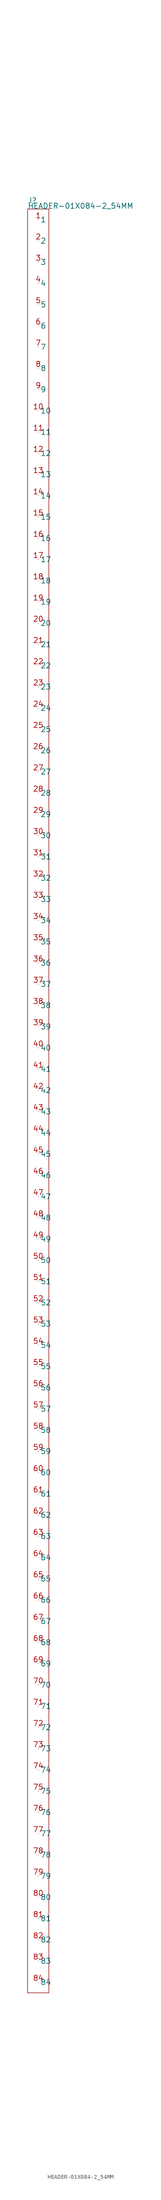
<source format=kicad_sym>
(kicad_symbol_lib
  (version 20211014)
  (generator kicad_symbol_editor)
  (symbol "HEADER-01X084-2_54MM"
    (pin_names)
    (property "Reference" "J"
      (at -2.54 214.63 0)
      (effects (font (size 1.27 1.27)) (justify left bottom)))
    (property "Value" "HEADER-01X084-2_54MM"
      (at -2.54 213.36 0)
      (effects (font (size 1.27 1.27)) (justify left bottom)))
    (property "Datasheet" ""
      (at 0 0 0))
    (property "ki_description" "Header 1x84  - Header Vertical 84POS 2.54MM Technical Specifications: Pitch: 0.1\" (2.54mm) "
      (at 0 0 0))
    (property "ki_fp_filters" "FlashPCB_Connectors:HEADER-THT-01X084-2_54MM FlashPCB_Connectors:HEADER-THT-LONG-01X084-2_54MM FlashPCB_Connectors:HEADER-THT-NOSILK-01X084-2_54MM FlashPCB_Connectors:HEADER-THT-LONG-NOSILK-01X084-2_54MM"
      (at 0 0 0))
    (symbol "HEADER-01X084-2_54MM_1_1"
      (polyline (pts (xy -2.54 213.36) (xy 2.54 213.36)) (stroke (width 0.127)) (fill (type none)))
      (polyline (pts (xy 2.54 213.36) (xy 2.54 -213.36)) (stroke (width 0.127)) (fill (type none)))
      (polyline (pts (xy 2.54 -213.36) (xy -2.54 -213.36)) (stroke (width 0.127)) (fill (type none)))
      (polyline (pts (xy -2.54 -213.36) (xy -2.54 213.36)) (stroke (width 0.127)) (fill (type none)))
      (pin bidirectional line (at 0 210.82 0) (length 0) (name "1" (effects (font (size 1.27 1.27)))) (number "1" (effects (font (size 1.27 1.27)))))
      (pin bidirectional line (at 0 205.74 0) (length 0) (name "2" (effects (font (size 1.27 1.27)))) (number "2" (effects (font (size 1.27 1.27)))))
      (pin bidirectional line (at 0 200.66 0) (length 0) (name "3" (effects (font (size 1.27 1.27)))) (number "3" (effects (font (size 1.27 1.27)))))
      (pin bidirectional line (at 0 195.58 0) (length 0) (name "4" (effects (font (size 1.27 1.27)))) (number "4" (effects (font (size 1.27 1.27)))))
      (pin bidirectional line (at 0 190.5 0) (length 0) (name "5" (effects (font (size 1.27 1.27)))) (number "5" (effects (font (size 1.27 1.27)))))
      (pin bidirectional line (at 0 185.42 0) (length 0) (name "6" (effects (font (size 1.27 1.27)))) (number "6" (effects (font (size 1.27 1.27)))))
      (pin bidirectional line (at 0 180.34 0) (length 0) (name "7" (effects (font (size 1.27 1.27)))) (number "7" (effects (font (size 1.27 1.27)))))
      (pin bidirectional line (at 0 175.26 0) (length 0) (name "8" (effects (font (size 1.27 1.27)))) (number "8" (effects (font (size 1.27 1.27)))))
      (pin bidirectional line (at 0 170.18 0) (length 0) (name "9" (effects (font (size 1.27 1.27)))) (number "9" (effects (font (size 1.27 1.27)))))
      (pin bidirectional line (at 0 165.1 0) (length 0) (name "10" (effects (font (size 1.27 1.27)))) (number "10" (effects (font (size 1.27 1.27)))))
      (pin bidirectional line (at 0 160.02 0) (length 0) (name "11" (effects (font (size 1.27 1.27)))) (number "11" (effects (font (size 1.27 1.27)))))
      (pin bidirectional line (at 0 154.94 0) (length 0) (name "12" (effects (font (size 1.27 1.27)))) (number "12" (effects (font (size 1.27 1.27)))))
      (pin bidirectional line (at 0 149.86 0) (length 0) (name "13" (effects (font (size 1.27 1.27)))) (number "13" (effects (font (size 1.27 1.27)))))
      (pin bidirectional line (at 0 144.78 0) (length 0) (name "14" (effects (font (size 1.27 1.27)))) (number "14" (effects (font (size 1.27 1.27)))))
      (pin bidirectional line (at 0 139.7 0) (length 0) (name "15" (effects (font (size 1.27 1.27)))) (number "15" (effects (font (size 1.27 1.27)))))
      (pin bidirectional line (at 0 134.62 0) (length 0) (name "16" (effects (font (size 1.27 1.27)))) (number "16" (effects (font (size 1.27 1.27)))))
      (pin bidirectional line (at 0 129.54 0) (length 0) (name "17" (effects (font (size 1.27 1.27)))) (number "17" (effects (font (size 1.27 1.27)))))
      (pin bidirectional line (at 0 124.46 0) (length 0) (name "18" (effects (font (size 1.27 1.27)))) (number "18" (effects (font (size 1.27 1.27)))))
      (pin bidirectional line (at 0 119.38 0) (length 0) (name "19" (effects (font (size 1.27 1.27)))) (number "19" (effects (font (size 1.27 1.27)))))
      (pin bidirectional line (at 0 114.3 0) (length 0) (name "20" (effects (font (size 1.27 1.27)))) (number "20" (effects (font (size 1.27 1.27)))))
      (pin bidirectional line (at 0 109.22 0) (length 0) (name "21" (effects (font (size 1.27 1.27)))) (number "21" (effects (font (size 1.27 1.27)))))
      (pin bidirectional line (at 0 104.14 0) (length 0) (name "22" (effects (font (size 1.27 1.27)))) (number "22" (effects (font (size 1.27 1.27)))))
      (pin bidirectional line (at 0 99.06 0) (length 0) (name "23" (effects (font (size 1.27 1.27)))) (number "23" (effects (font (size 1.27 1.27)))))
      (pin bidirectional line (at 0 93.98 0) (length 0) (name "24" (effects (font (size 1.27 1.27)))) (number "24" (effects (font (size 1.27 1.27)))))
      (pin bidirectional line (at 0 88.9 0) (length 0) (name "25" (effects (font (size 1.27 1.27)))) (number "25" (effects (font (size 1.27 1.27)))))
      (pin bidirectional line (at 0 83.82 0) (length 0) (name "26" (effects (font (size 1.27 1.27)))) (number "26" (effects (font (size 1.27 1.27)))))
      (pin bidirectional line (at 0 78.74 0) (length 0) (name "27" (effects (font (size 1.27 1.27)))) (number "27" (effects (font (size 1.27 1.27)))))
      (pin bidirectional line (at 0 73.66 0) (length 0) (name "28" (effects (font (size 1.27 1.27)))) (number "28" (effects (font (size 1.27 1.27)))))
      (pin bidirectional line (at 0 68.58 0) (length 0) (name "29" (effects (font (size 1.27 1.27)))) (number "29" (effects (font (size 1.27 1.27)))))
      (pin bidirectional line (at 0 63.5 0) (length 0) (name "30" (effects (font (size 1.27 1.27)))) (number "30" (effects (font (size 1.27 1.27)))))
      (pin bidirectional line (at 0 58.42 0) (length 0) (name "31" (effects (font (size 1.27 1.27)))) (number "31" (effects (font (size 1.27 1.27)))))
      (pin bidirectional line (at 0 53.34 0) (length 0) (name "32" (effects (font (size 1.27 1.27)))) (number "32" (effects (font (size 1.27 1.27)))))
      (pin bidirectional line (at 0 48.26 0) (length 0) (name "33" (effects (font (size 1.27 1.27)))) (number "33" (effects (font (size 1.27 1.27)))))
      (pin bidirectional line (at 0 43.18 0) (length 0) (name "34" (effects (font (size 1.27 1.27)))) (number "34" (effects (font (size 1.27 1.27)))))
      (pin bidirectional line (at 0 38.1 0) (length 0) (name "35" (effects (font (size 1.27 1.27)))) (number "35" (effects (font (size 1.27 1.27)))))
      (pin bidirectional line (at 0 33.02 0) (length 0) (name "36" (effects (font (size 1.27 1.27)))) (number "36" (effects (font (size 1.27 1.27)))))
      (pin bidirectional line (at 0 27.94 0) (length 0) (name "37" (effects (font (size 1.27 1.27)))) (number "37" (effects (font (size 1.27 1.27)))))
      (pin bidirectional line (at 0 22.86 0) (length 0) (name "38" (effects (font (size 1.27 1.27)))) (number "38" (effects (font (size 1.27 1.27)))))
      (pin bidirectional line (at 0 17.78 0) (length 0) (name "39" (effects (font (size 1.27 1.27)))) (number "39" (effects (font (size 1.27 1.27)))))
      (pin bidirectional line (at 0 12.7 0) (length 0) (name "40" (effects (font (size 1.27 1.27)))) (number "40" (effects (font (size 1.27 1.27)))))
      (pin bidirectional line (at 0 7.62 0) (length 0) (name "41" (effects (font (size 1.27 1.27)))) (number "41" (effects (font (size 1.27 1.27)))))
      (pin bidirectional line (at 0 2.54 0) (length 0) (name "42" (effects (font (size 1.27 1.27)))) (number "42" (effects (font (size 1.27 1.27)))))
      (pin bidirectional line (at 0 -2.54 0) (length 0) (name "43" (effects (font (size 1.27 1.27)))) (number "43" (effects (font (size 1.27 1.27)))))
      (pin bidirectional line (at 0 -7.62 0) (length 0) (name "44" (effects (font (size 1.27 1.27)))) (number "44" (effects (font (size 1.27 1.27)))))
      (pin bidirectional line (at 0 -12.7 0) (length 0) (name "45" (effects (font (size 1.27 1.27)))) (number "45" (effects (font (size 1.27 1.27)))))
      (pin bidirectional line (at 0 -17.78 0) (length 0) (name "46" (effects (font (size 1.27 1.27)))) (number "46" (effects (font (size 1.27 1.27)))))
      (pin bidirectional line (at 0 -22.86 0) (length 0) (name "47" (effects (font (size 1.27 1.27)))) (number "47" (effects (font (size 1.27 1.27)))))
      (pin bidirectional line (at 0 -27.94 0) (length 0) (name "48" (effects (font (size 1.27 1.27)))) (number "48" (effects (font (size 1.27 1.27)))))
      (pin bidirectional line (at 0 -33.02 0) (length 0) (name "49" (effects (font (size 1.27 1.27)))) (number "49" (effects (font (size 1.27 1.27)))))
      (pin bidirectional line (at 0 -38.1 0) (length 0) (name "50" (effects (font (size 1.27 1.27)))) (number "50" (effects (font (size 1.27 1.27)))))
      (pin bidirectional line (at 0 -43.18 0) (length 0) (name "51" (effects (font (size 1.27 1.27)))) (number "51" (effects (font (size 1.27 1.27)))))
      (pin bidirectional line (at 0 -48.26 0) (length 0) (name "52" (effects (font (size 1.27 1.27)))) (number "52" (effects (font (size 1.27 1.27)))))
      (pin bidirectional line (at 0 -53.34 0) (length 0) (name "53" (effects (font (size 1.27 1.27)))) (number "53" (effects (font (size 1.27 1.27)))))
      (pin bidirectional line (at 0 -58.42 0) (length 0) (name "54" (effects (font (size 1.27 1.27)))) (number "54" (effects (font (size 1.27 1.27)))))
      (pin bidirectional line (at 0 -63.5 0) (length 0) (name "55" (effects (font (size 1.27 1.27)))) (number "55" (effects (font (size 1.27 1.27)))))
      (pin bidirectional line (at 0 -68.58 0) (length 0) (name "56" (effects (font (size 1.27 1.27)))) (number "56" (effects (font (size 1.27 1.27)))))
      (pin bidirectional line (at 0 -73.66 0) (length 0) (name "57" (effects (font (size 1.27 1.27)))) (number "57" (effects (font (size 1.27 1.27)))))
      (pin bidirectional line (at 0 -78.74 0) (length 0) (name "58" (effects (font (size 1.27 1.27)))) (number "58" (effects (font (size 1.27 1.27)))))
      (pin bidirectional line (at 0 -83.82 0) (length 0) (name "59" (effects (font (size 1.27 1.27)))) (number "59" (effects (font (size 1.27 1.27)))))
      (pin bidirectional line (at 0 -88.9 0) (length 0) (name "60" (effects (font (size 1.27 1.27)))) (number "60" (effects (font (size 1.27 1.27)))))
      (pin bidirectional line (at 0 -93.98 0) (length 0) (name "61" (effects (font (size 1.27 1.27)))) (number "61" (effects (font (size 1.27 1.27)))))
      (pin bidirectional line (at 0 -99.06 0) (length 0) (name "62" (effects (font (size 1.27 1.27)))) (number "62" (effects (font (size 1.27 1.27)))))
      (pin bidirectional line (at 0 -104.14 0) (length 0) (name "63" (effects (font (size 1.27 1.27)))) (number "63" (effects (font (size 1.27 1.27)))))
      (pin bidirectional line (at 0 -109.22 0) (length 0) (name "64" (effects (font (size 1.27 1.27)))) (number "64" (effects (font (size 1.27 1.27)))))
      (pin bidirectional line (at 0 -114.3 0) (length 0) (name "65" (effects (font (size 1.27 1.27)))) (number "65" (effects (font (size 1.27 1.27)))))
      (pin bidirectional line (at 0 -119.38 0) (length 0) (name "66" (effects (font (size 1.27 1.27)))) (number "66" (effects (font (size 1.27 1.27)))))
      (pin bidirectional line (at 0 -124.46 0) (length 0) (name "67" (effects (font (size 1.27 1.27)))) (number "67" (effects (font (size 1.27 1.27)))))
      (pin bidirectional line (at 0 -129.54 0) (length 0) (name "68" (effects (font (size 1.27 1.27)))) (number "68" (effects (font (size 1.27 1.27)))))
      (pin bidirectional line (at 0 -134.62 0) (length 0) (name "69" (effects (font (size 1.27 1.27)))) (number "69" (effects (font (size 1.27 1.27)))))
      (pin bidirectional line (at 0 -139.7 0) (length 0) (name "70" (effects (font (size 1.27 1.27)))) (number "70" (effects (font (size 1.27 1.27)))))
      (pin bidirectional line (at 0 -144.78 0) (length 0) (name "71" (effects (font (size 1.27 1.27)))) (number "71" (effects (font (size 1.27 1.27)))))
      (pin bidirectional line (at 0 -149.86 0) (length 0) (name "72" (effects (font (size 1.27 1.27)))) (number "72" (effects (font (size 1.27 1.27)))))
      (pin bidirectional line (at 0 -154.94 0) (length 0) (name "73" (effects (font (size 1.27 1.27)))) (number "73" (effects (font (size 1.27 1.27)))))
      (pin bidirectional line (at 0 -160.02 0) (length 0) (name "74" (effects (font (size 1.27 1.27)))) (number "74" (effects (font (size 1.27 1.27)))))
      (pin bidirectional line (at 0 -165.1 0) (length 0) (name "75" (effects (font (size 1.27 1.27)))) (number "75" (effects (font (size 1.27 1.27)))))
      (pin bidirectional line (at 0 -170.18 0) (length 0) (name "76" (effects (font (size 1.27 1.27)))) (number "76" (effects (font (size 1.27 1.27)))))
      (pin bidirectional line (at 0 -175.26 0) (length 0) (name "77" (effects (font (size 1.27 1.27)))) (number "77" (effects (font (size 1.27 1.27)))))
      (pin bidirectional line (at 0 -180.34 0) (length 0) (name "78" (effects (font (size 1.27 1.27)))) (number "78" (effects (font (size 1.27 1.27)))))
      (pin bidirectional line (at 0 -185.42 0) (length 0) (name "79" (effects (font (size 1.27 1.27)))) (number "79" (effects (font (size 1.27 1.27)))))
      (pin bidirectional line (at 0 -190.5 0) (length 0) (name "80" (effects (font (size 1.27 1.27)))) (number "80" (effects (font (size 1.27 1.27)))))
      (pin bidirectional line (at 0 -195.58 0) (length 0) (name "81" (effects (font (size 1.27 1.27)))) (number "81" (effects (font (size 1.27 1.27)))))
      (pin bidirectional line (at 0 -200.66 0) (length 0) (name "82" (effects (font (size 1.27 1.27)))) (number "82" (effects (font (size 1.27 1.27)))))
      (pin bidirectional line (at 0 -205.74 0) (length 0) (name "83" (effects (font (size 1.27 1.27)))) (number "83" (effects (font (size 1.27 1.27)))))
      (pin bidirectional line (at 0 -210.82 0) (length 0) (name "84" (effects (font (size 1.27 1.27)))) (number "84" (effects (font (size 1.27 1.27))))))))
</source>
